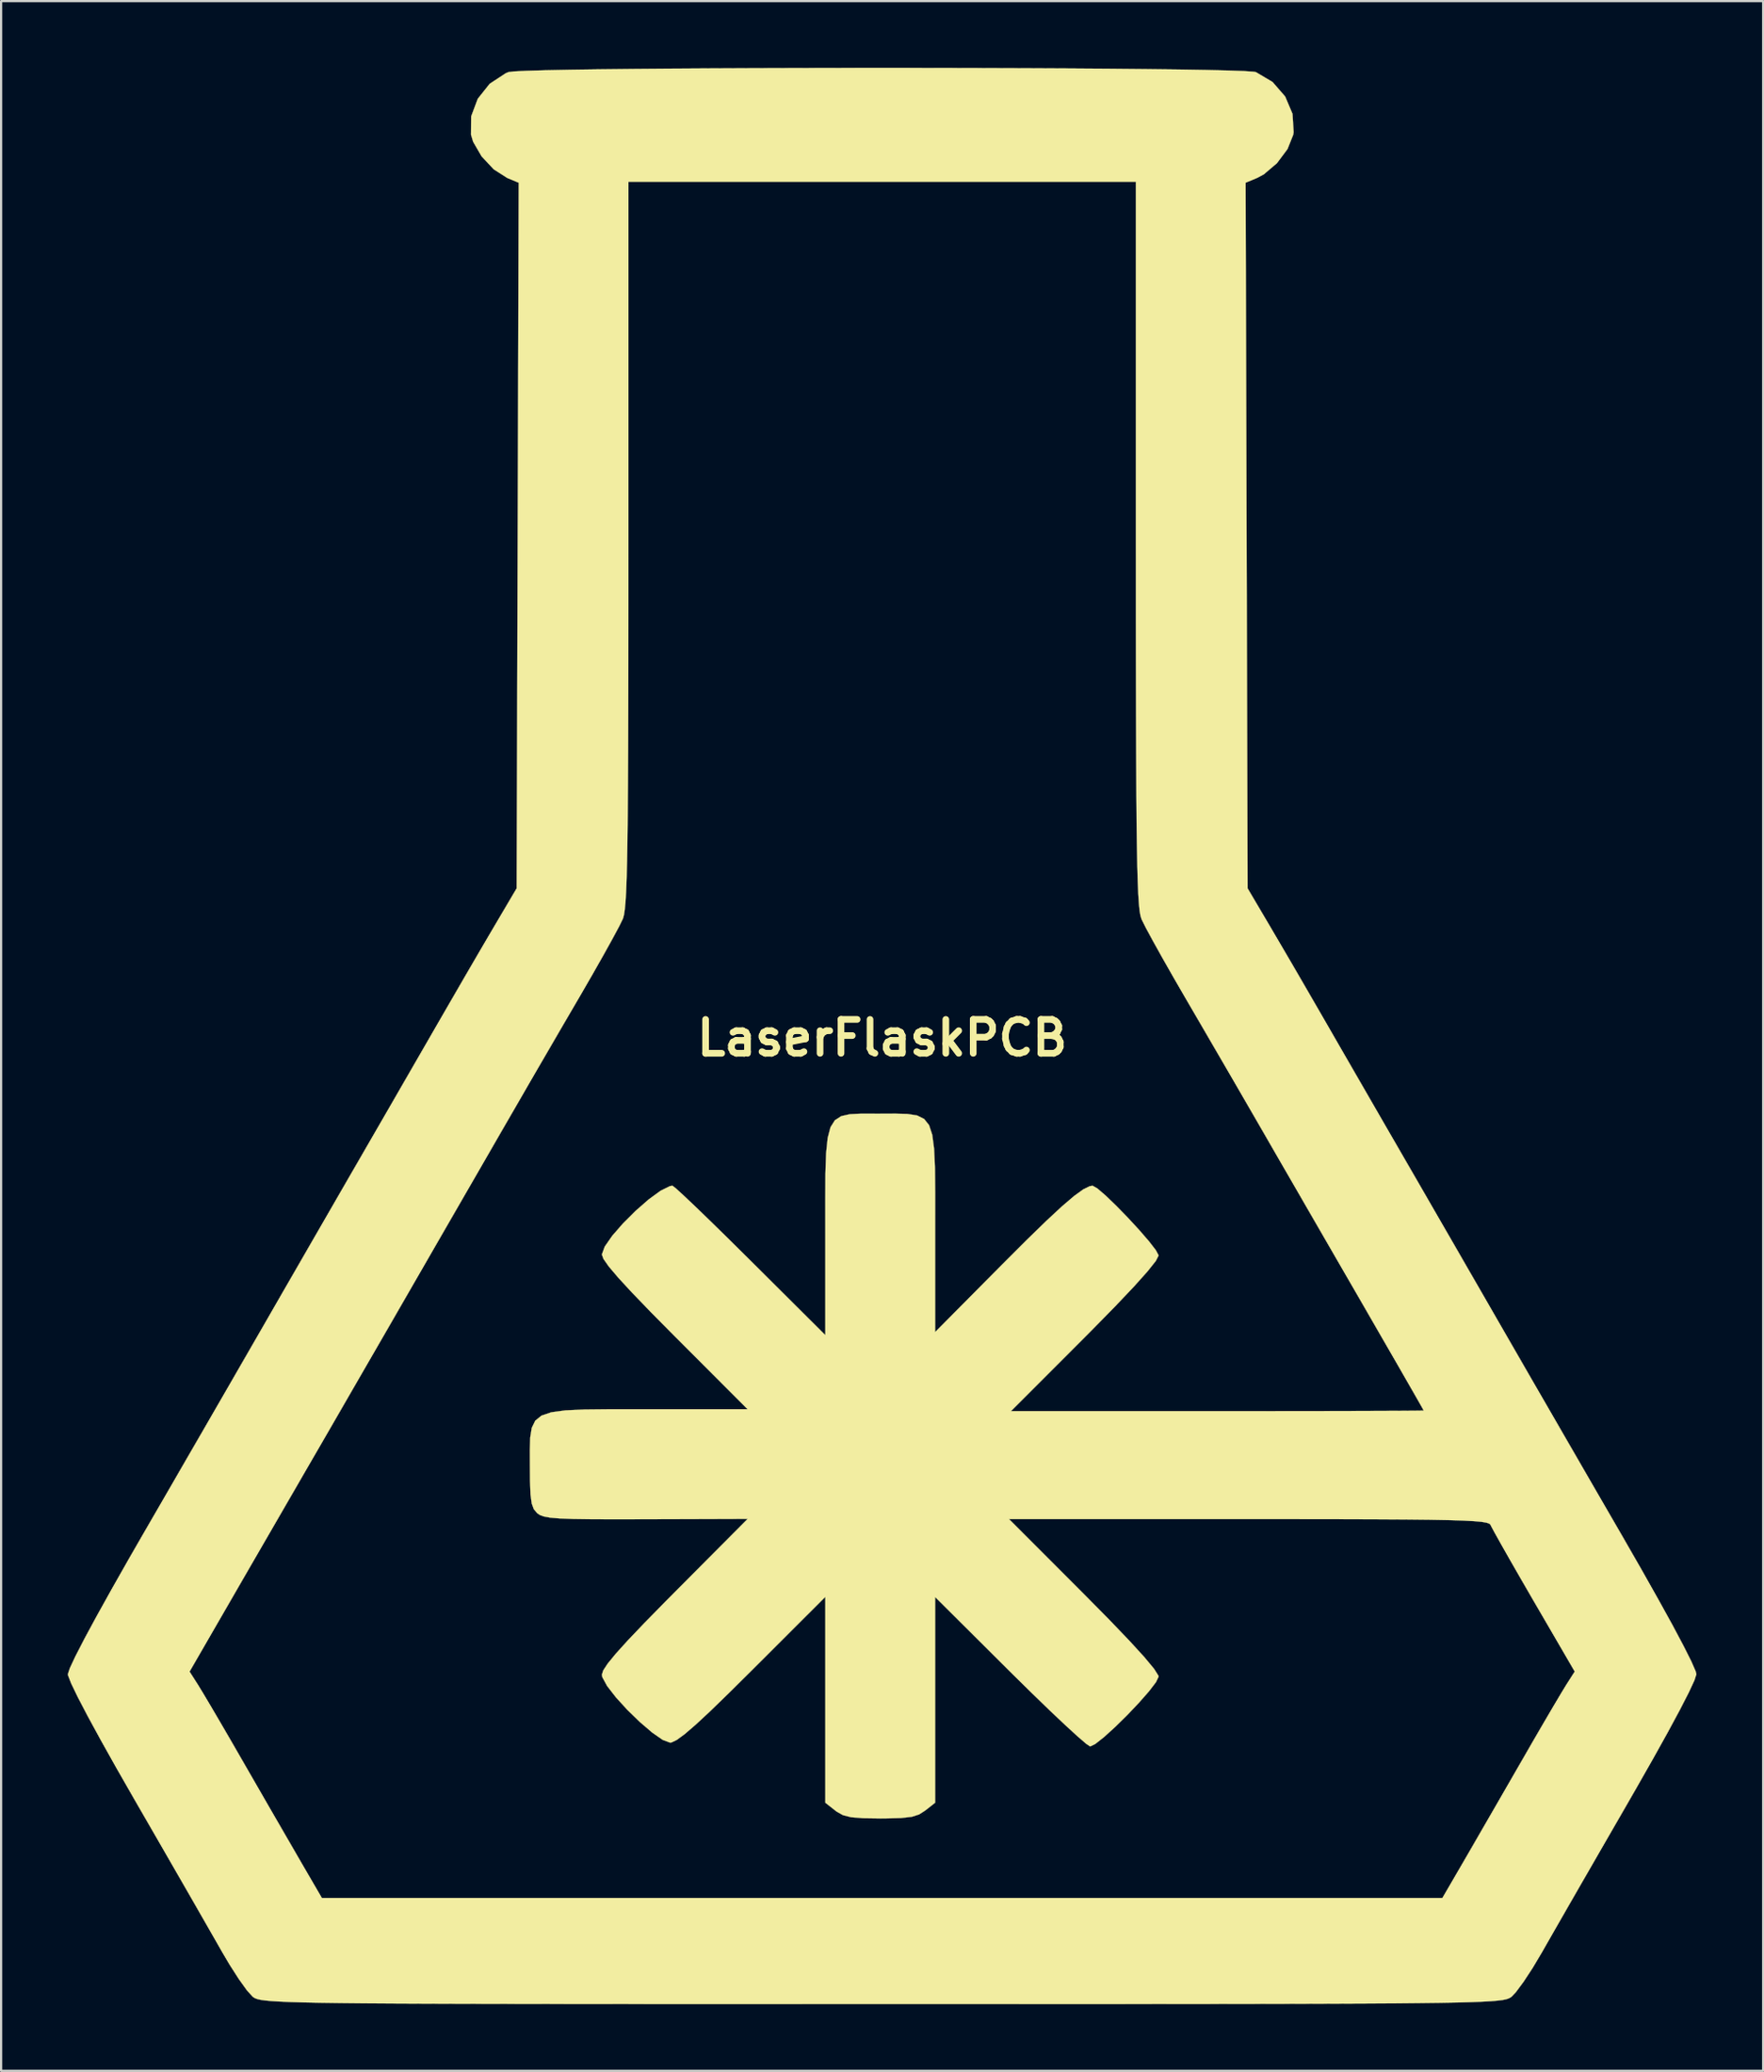
<source format=kicad_pcb>
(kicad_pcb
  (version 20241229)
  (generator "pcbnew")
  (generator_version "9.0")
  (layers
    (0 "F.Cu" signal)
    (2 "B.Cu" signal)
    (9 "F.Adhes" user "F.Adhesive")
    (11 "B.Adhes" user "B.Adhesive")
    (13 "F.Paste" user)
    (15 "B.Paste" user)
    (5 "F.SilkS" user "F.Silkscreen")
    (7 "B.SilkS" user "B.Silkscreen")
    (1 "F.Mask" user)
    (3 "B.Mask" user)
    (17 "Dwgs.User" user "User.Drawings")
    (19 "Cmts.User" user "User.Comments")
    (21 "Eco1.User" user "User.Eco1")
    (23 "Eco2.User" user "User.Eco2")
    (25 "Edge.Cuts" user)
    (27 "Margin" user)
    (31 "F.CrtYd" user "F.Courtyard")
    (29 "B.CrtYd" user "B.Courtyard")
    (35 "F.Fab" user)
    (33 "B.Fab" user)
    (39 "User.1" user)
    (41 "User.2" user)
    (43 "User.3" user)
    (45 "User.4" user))
  (footprint "LaserFlaskPCB"
    (layer "F.Cu")
    (at 36.656 43.654)
    (property "Reference" "LaserFlaskPCB" (at 0 0 0) (layer "F.SilkS") (effects (font (size 1.524 1.524) (thickness 0.3))))
    (attr through_hole)
    (fp_poly (pts (xy 2.512 -43.647) (xy 4.565 -43.642) (xy 6.555 -43.635) (xy 8.452 -43.625) (xy 10.227 -43.612) (xy 11.853 -43.596) (xy 13.299 -43.578) (xy 14.537 -43.557) (xy 15.537 -43.533) (xy 16.272 -43.507) (xy 16.713 -43.478) (xy 16.823 -43.459) (xy 17.574 -43.015) (xy 18.14 -42.362) (xy 18.472 -41.581) (xy 18.522 -40.755) (xy 18.504 -40.642) (xy 18.247 -39.998) (xy 17.772 -39.362) (xy 17.182 -38.86) (xy 16.875 -38.696) (xy 16.36 -38.483) (xy 16.405 -22.608) (xy 16.45 -6.734) (xy 17.456 -5.029) (xy 17.89 -4.289) (xy 18.44 -3.348) (xy 19.05 -2.298) (xy 19.666 -1.233) (xy 20.033 -0.597) (xy 20.628 0.436) (xy 21.335 1.662) (xy 22.095 2.978) (xy 22.847 4.281) (xy 23.526 5.455) (xy 24.19 6.604) (xy 24.967 7.951) (xy 25.803 9.4) (xy 26.641 10.853) (xy 27.425 12.213) (xy 27.705 12.7) (xy 28.34 13.802) (xy 29.106 15.131) (xy 29.966 16.619) (xy 30.879 18.2) (xy 31.806 19.804) (xy 32.709 21.366) (xy 33.307 22.398) (xy 34.18 23.918) (xy 34.939 25.264) (xy 35.574 26.415) (xy 36.072 27.351) (xy 36.423 28.049) (xy 36.616 28.491) (xy 36.651 28.627) (xy 36.565 28.899) (xy 36.314 29.439) (xy 35.912 30.223) (xy 35.371 31.227) (xy 34.703 32.427) (xy 33.922 33.8) (xy 33.651 34.271) (xy 32.902 35.569) (xy 32.164 36.849) (xy 31.465 38.062) (xy 30.834 39.159) (xy 30.299 40.091) (xy 29.889 40.809) (xy 29.704 41.134) (xy 29.28 41.846) (xy 28.869 42.472) (xy 28.524 42.937) (xy 28.334 43.137) (xy 28.274 43.18) (xy 28.196 43.219) (xy 28.087 43.255) (xy 27.93 43.287) (xy 27.709 43.315) (xy 27.409 43.341) (xy 27.015 43.363) (xy 26.51 43.383) (xy 25.879 43.4) (xy 25.106 43.415) (xy 24.176 43.427) (xy 23.074 43.438) (xy 21.782 43.446) (xy 20.287 43.453) (xy 18.573 43.459) (xy 16.623 43.463) (xy 14.422 43.466) (xy 11.954 43.468) (xy 9.204 43.469) (xy 6.157 43.47) (xy 2.796 43.47) (xy 0 43.47) (xy -3.611 43.47) (xy -6.897 43.469) (xy -9.874 43.469) (xy -12.556 43.467) (xy -14.96 43.465) (xy -17.101 43.462) (xy -18.994 43.458) (xy -20.656 43.452) (xy -22.102 43.445) (xy -23.348 43.436) (xy -24.409 43.425) (xy -25.3 43.412) (xy -26.038 43.396) (xy -26.638 43.379) (xy -27.116 43.358) (xy -27.487 43.335) (xy -27.767 43.309) (xy -27.972 43.28) (xy -28.116 43.247) (xy -28.217 43.211) (xy -28.289 43.171) (xy -28.334 43.137) (xy -28.59 42.855) (xy -28.953 42.349) (xy -29.371 41.698) (xy -29.704 41.134) (xy -30.02 40.58) (xy -30.478 39.78) (xy -31.05 38.783) (xy -31.709 37.638) (xy -32.425 36.395) (xy -33.17 35.103) (xy -33.651 34.271) (xy -34.466 32.848) (xy -35.171 31.59) (xy -35.754 30.521) (xy -36.202 29.664) (xy -36.502 29.044) (xy -36.642 28.684) (xy -36.651 28.627) (xy -36.613 28.511) (xy -31.173 28.511) (xy -30.779 29.129) (xy -30.571 29.47) (xy -30.227 30.049) (xy -29.783 30.807) (xy -29.272 31.686) (xy -28.729 32.627) (xy -28.719 32.645) (xy -28.125 33.676) (xy -27.516 34.733) (xy -26.94 35.729) (xy -26.446 36.583) (xy -26.135 37.12) (xy -25.218 38.697) (xy 25.218 38.697) (xy 26.135 37.12) (xy 26.526 36.447) (xy 27.037 35.561) (xy 27.622 34.548) (xy 28.232 33.49) (xy 28.719 32.645) (xy 29.262 31.703) (xy 29.774 30.822) (xy 30.22 30.061) (xy 30.566 29.478) (xy 30.778 29.131) (xy 30.78 29.127) (xy 31.175 28.508) (xy 29.33 25.338) (xy 28.78 24.389) (xy 28.285 23.528) (xy 27.874 22.804) (xy 27.572 22.264) (xy 27.406 21.954) (xy 27.386 21.909) (xy 27.335 21.856) (xy 27.209 21.811) (xy 26.986 21.772) (xy 26.64 21.741) (xy 26.147 21.715) (xy 25.483 21.694) (xy 24.624 21.678) (xy 23.546 21.666) (xy 22.224 21.658) (xy 20.634 21.653) (xy 18.752 21.65) (xy 16.555 21.65) (xy 16.5 21.65) (xy 5.714 21.65) (xy 9.079 25.018) (xy 10.218 26.171) (xy 11.129 27.122) (xy 11.806 27.863) (xy 12.243 28.39) (xy 12.435 28.695) (xy 12.444 28.738) (xy 12.326 28.986) (xy 12.013 29.396) (xy 11.562 29.909) (xy 11.036 30.464) (xy 10.492 30.999) (xy 9.992 31.453) (xy 9.594 31.767) (xy 9.364 31.878) (xy 9.189 31.762) (xy 8.807 31.434) (xy 8.252 30.926) (xy 7.555 30.268) (xy 6.751 29.49) (xy 5.872 28.625) (xy 5.763 28.517) (xy 2.387 25.156) (xy 2.387 34.41) (xy 1.937 34.763) (xy 1.666 34.937) (xy 1.334 35.043) (xy 0.854 35.098) (xy 0.141 35.116) (xy -0.085 35.117) (xy -0.87 35.105) (xy -1.401 35.061) (xy -1.763 34.969) (xy -2.041 34.814) (xy -2.108 34.763) (xy -2.557 34.41) (xy -2.557 25.148) (xy -5.84 28.427) (xy -6.895 29.473) (xy -7.738 30.291) (xy -8.395 30.901) (xy -8.889 31.326) (xy -9.242 31.584) (xy -9.478 31.698) (xy -9.544 31.707) (xy -9.877 31.583) (xy -10.351 31.253) (xy -10.904 30.78) (xy -11.469 30.231) (xy -11.982 29.669) (xy -12.379 29.158) (xy -12.594 28.763) (xy -12.615 28.653) (xy -12.553 28.456) (xy -12.352 28.15) (xy -11.993 27.711) (xy -11.456 27.117) (xy -10.719 26.343) (xy -9.762 25.367) (xy -9.334 24.936) (xy -6.053 21.64) (xy -10.63 21.655) (xy -12.014 21.658) (xy -13.097 21.654) (xy -13.92 21.642) (xy -14.523 21.619) (xy -14.945 21.583) (xy -15.228 21.531) (xy -15.412 21.462) (xy -15.53 21.378) (xy -15.677 21.203) (xy -15.771 20.949) (xy -15.826 20.546) (xy -15.849 19.927) (xy -15.854 19.249) (xy -15.856 18.54) (xy -15.84 17.976) (xy -15.77 17.542) (xy -15.612 17.219) (xy -15.331 16.992) (xy -14.891 16.843) (xy -14.257 16.757) (xy -13.395 16.717) (xy -12.269 16.705) (xy -10.845 16.706) (xy -10.505 16.706) (xy -6.055 16.706) (xy -9.335 13.423) (xy -10.411 12.336) (xy -11.253 11.463) (xy -11.878 10.785) (xy -12.303 10.284) (xy -12.543 9.941) (xy -12.615 9.743) (xy -12.487 9.389) (xy -12.147 8.9) (xy -11.66 8.341) (xy -11.091 7.774) (xy -10.506 7.263) (xy -9.97 6.873) (xy -9.549 6.666) (xy -9.437 6.648) (xy -9.288 6.764) (xy -8.93 7.091) (xy -8.395 7.597) (xy -7.716 8.254) (xy -6.924 9.029) (xy -6.051 9.893) (xy -5.934 10.009) (xy -2.557 13.371) (xy -2.557 8.785) (xy -2.558 7.289) (xy -2.552 6.099) (xy -2.521 5.181) (xy -2.45 4.499) (xy -2.324 4.017) (xy -2.127 3.703) (xy -1.841 3.519) (xy -1.453 3.432) (xy -0.945 3.407) (xy -0.302 3.409) (xy -0.109 3.409) (xy 0.591 3.406) (xy 1.146 3.421) (xy 1.574 3.488) (xy 1.89 3.644) (xy 2.112 3.922) (xy 2.256 4.359) (xy 2.339 4.99) (xy 2.378 5.849) (xy 2.388 6.972) (xy 2.387 8.394) (xy 2.387 8.692) (xy 2.387 13.233) (xy 5.412 10.183) (xy 6.508 9.088) (xy 7.397 8.224) (xy 8.101 7.571) (xy 8.645 7.107) (xy 9.051 6.814) (xy 9.342 6.671) (xy 9.473 6.648) (xy 9.686 6.769) (xy 10.059 7.089) (xy 10.536 7.548) (xy 11.059 8.085) (xy 11.568 8.637) (xy 12.008 9.145) (xy 12.319 9.547) (xy 12.444 9.782) (xy 12.444 9.788) (xy 12.319 10.033) (xy 11.947 10.501) (xy 11.335 11.185) (xy 10.487 12.079) (xy 9.41 13.176) (xy 9.122 13.466) (xy 5.799 16.791) (xy 15.088 16.791) (xy 16.832 16.791) (xy 18.469 16.789) (xy 19.969 16.787) (xy 21.3 16.784) (xy 22.432 16.78) (xy 23.333 16.776) (xy 23.974 16.771) (xy 24.321 16.766) (xy 24.377 16.763) (xy 24.295 16.614) (xy 24.061 16.203) (xy 23.694 15.563) (xy 23.214 14.727) (xy 22.638 13.729) (xy 21.988 12.601) (xy 21.29 11.393) (xy 20.506 10.037) (xy 19.712 8.663) (xy 18.939 7.326) (xy 18.221 6.083) (xy 17.589 4.988) (xy 17.075 4.098) (xy 16.825 3.665) (xy 16.273 2.711) (xy 15.61 1.567) (xy 14.895 0.337) (xy 14.189 -0.875) (xy 13.685 -1.74) (xy 13.133 -2.693) (xy 12.626 -3.584) (xy 12.195 -4.357) (xy 11.871 -4.955) (xy 11.686 -5.324) (xy 11.672 -5.357) (xy 11.629 -5.497) (xy 11.591 -5.714) (xy 11.559 -6.029) (xy 11.53 -6.46) (xy 11.506 -7.029) (xy 11.485 -7.755) (xy 11.468 -8.657) (xy 11.454 -9.757) (xy 11.443 -11.073) (xy 11.435 -12.627) (xy 11.429 -14.437) (xy 11.425 -16.524) (xy 11.422 -18.908) (xy 11.422 -21.608) (xy 11.421 -22.241) (xy 11.421 -38.526) (xy -11.421 -38.526) (xy -11.421 -22.241) (xy -11.422 -19.469) (xy -11.424 -17.018) (xy -11.428 -14.868) (xy -11.433 -12.999) (xy -11.441 -11.391) (xy -11.451 -10.025) (xy -11.465 -8.88) (xy -11.481 -7.936) (xy -11.501 -7.173) (xy -11.524 -6.572) (xy -11.552 -6.112) (xy -11.584 -5.774) (xy -11.62 -5.537) (xy -11.662 -5.382) (xy -11.672 -5.357) (xy -11.833 -5.028) (xy -12.138 -4.461) (xy -12.554 -3.711) (xy -13.051 -2.835) (xy -13.599 -1.887) (xy -13.685 -1.74) (xy -14.079 -1.065) (xy -14.442 -0.443) (xy -14.79 0.155) (xy -15.141 0.759) (xy -15.512 1.397) (xy -15.919 2.1) (xy -16.379 2.897) (xy -16.911 3.816) (xy -17.53 4.888) (xy -18.253 6.143) (xy -19.099 7.608) (xy -20.083 9.314) (xy -21.052 10.995) (xy -21.849 12.377) (xy -22.694 13.842) (xy -23.547 15.318) (xy -24.363 16.732) (xy -25.102 18.011) (xy -25.721 19.081) (xy -25.827 19.263) (xy -26.53 20.478) (xy -27.312 21.83) (xy -28.109 23.208) (xy -28.859 24.504) (xy -29.462 25.549) (xy -31.173 28.511) (xy -36.613 28.511) (xy -36.564 28.36) (xy -36.312 27.822) (xy -35.906 27.034) (xy -35.356 26.018) (xy -34.675 24.793) (xy -33.873 23.381) (xy -33.307 22.398) (xy -32.444 20.908) (xy -31.53 19.326) (xy -30.602 17.722) (xy -29.701 16.162) (xy -28.866 14.714) (xy -28.134 13.446) (xy -27.705 12.7) (xy -26.958 11.402) (xy -26.134 9.974) (xy -25.291 8.512) (xy -24.484 7.113) (xy -23.769 5.875) (xy -23.526 5.455) (xy -22.838 4.264) (xy -22.085 2.96) (xy -21.326 1.645) (xy -20.62 0.421) (xy -20.033 -0.597) (xy -19.441 -1.622) (xy -18.821 -2.692) (xy -18.227 -3.713) (xy -17.714 -4.591) (xy -17.456 -5.029) (xy -16.45 -6.734) (xy -16.404 -22.608) (xy -16.358 -38.482) (xy -16.874 -38.696) (xy -17.483 -39.085) (xy -18.029 -39.669) (xy -18.409 -40.325) (xy -18.504 -40.642) (xy -18.497 -41.469) (xy -18.2 -42.26) (xy -17.663 -42.936) (xy -16.935 -43.413) (xy -16.823 -43.459) (xy -16.572 -43.49) (xy -16.009 -43.518) (xy -15.163 -43.543) (xy -14.063 -43.566) (xy -12.737 -43.586) (xy -11.215 -43.603) (xy -9.526 -43.617) (xy -7.697 -43.629) (xy -5.76 -43.638) (xy -3.741 -43.644) (xy -1.67 -43.648) (xy 0.424 -43.649) (xy 2.512 -43.647)) (stroke (width 0.01) (type solid)) (fill yes) (layer "F.SilkS")))
  (gr_rect
    (start -3 -3)
    (end 76.312 90.129)
    (stroke (width 0.1) (type default))
    (fill no)
    (layer "Edge.Cuts")))
</source>
